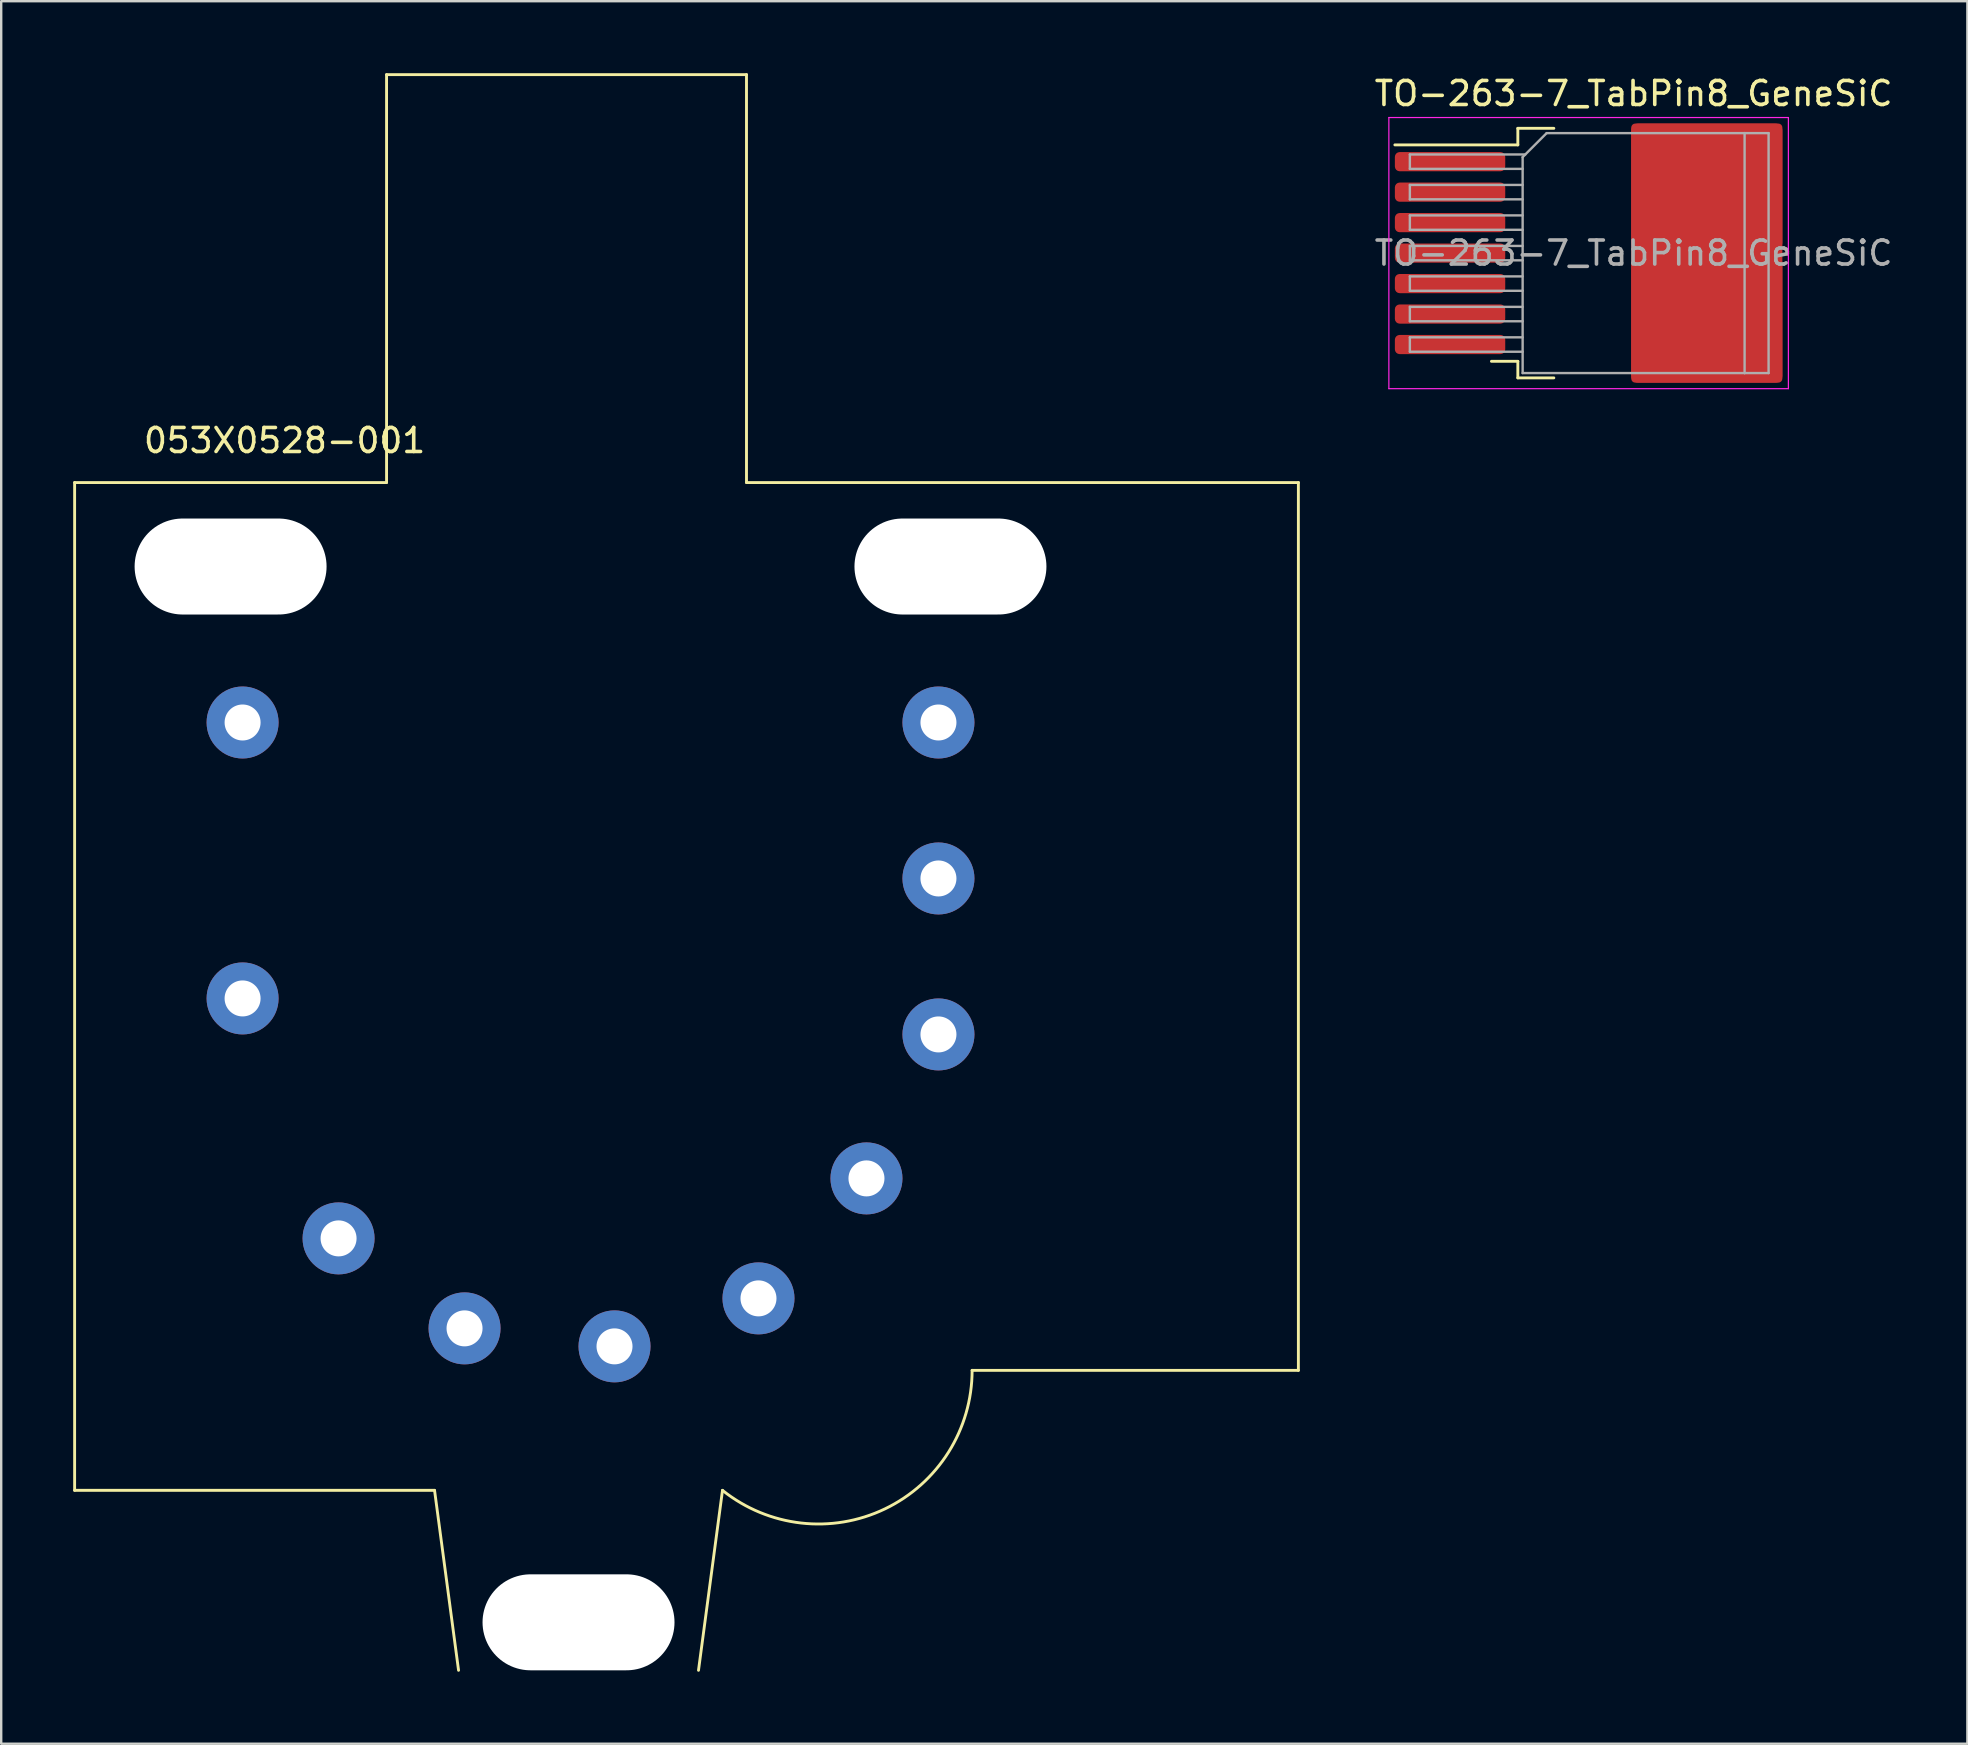
<source format=kicad_pcb>
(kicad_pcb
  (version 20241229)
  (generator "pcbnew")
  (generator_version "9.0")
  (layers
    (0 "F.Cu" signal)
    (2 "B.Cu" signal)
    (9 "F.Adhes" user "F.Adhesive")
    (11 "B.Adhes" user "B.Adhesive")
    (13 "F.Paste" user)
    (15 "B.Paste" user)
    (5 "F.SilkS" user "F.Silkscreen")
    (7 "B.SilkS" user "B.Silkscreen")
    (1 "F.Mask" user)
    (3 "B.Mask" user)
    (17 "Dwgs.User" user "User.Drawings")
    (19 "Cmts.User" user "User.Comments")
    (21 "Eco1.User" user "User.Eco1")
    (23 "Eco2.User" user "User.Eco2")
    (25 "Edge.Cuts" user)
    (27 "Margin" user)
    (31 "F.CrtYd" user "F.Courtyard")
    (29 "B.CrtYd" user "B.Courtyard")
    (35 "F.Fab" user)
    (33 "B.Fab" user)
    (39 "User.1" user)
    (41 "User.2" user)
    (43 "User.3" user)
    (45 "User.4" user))
  (footprint "053X0528-001"
    (layer "F.Cu")
    (at 6.06 27.06)
    (property "Reference" "053X0528-001" (at 2.75 -11.75 0) (layer "F.SilkS") (effects (font (size 1 1) (thickness 0.15))))
    (attr through_hole)
    (fp_line (start -6 -10) (end 7 -10) (stroke (width 0.12) (type solid)) (layer "F.SilkS"))
    (fp_line (start -6 32) (end -6 -10) (stroke (width 0.12) (type solid)) (layer "F.SilkS"))
    (fp_line (start 7 -27) (end 22 -27) (stroke (width 0.12) (type solid)) (layer "F.SilkS"))
    (fp_line (start 7 -10) (end 7 -27) (stroke (width 0.12) (type solid)) (layer "F.SilkS"))
    (fp_line (start 9 32) (end -6 32) (stroke (width 0.12) (type solid)) (layer "F.SilkS"))
    (fp_line (start 10 39.5) (end 9 32) (stroke (width 0.12) (type solid)) (layer "F.SilkS"))
    (fp_line (start 20 39.5) (end 21 32) (stroke (width 0.12) (type solid)) (layer "F.SilkS"))
    (fp_line (start 22 -27) (end 22 -10) (stroke (width 0.12) (type solid)) (layer "F.SilkS"))
    (fp_line (start 22 -10) (end 45 -10) (stroke (width 0.12) (type solid)) (layer "F.SilkS"))
    (fp_line (start 45 -10) (end 45 27) (stroke (width 0.12) (type solid)) (layer "F.SilkS"))
    (fp_line (start 45 27) (end 31.403 27) (stroke (width 0.12) (type solid)) (layer "F.SilkS"))
    (fp_arc (start 31.403124 27) (mid 27.773761 32.771156) (end 21 32) (stroke (width 0.12) (type solid)) (layer "F.SilkS"))
    (pad "" np_thru_hole oval (at 0.5 -6.5) (size 8 4) (drill oval 8 4) (layers "*.Cu" "*.Mask"))
    (pad "" np_thru_hole oval (at 15 37.5) (size 8 4) (drill oval 8 4) (layers "*.Cu" "*.Mask"))
    (pad "" np_thru_hole oval (at 30.5 -6.5) (size 8 4) (drill oval 8 4) (layers "*.Cu" "*.Mask"))
    (pad "1" thru_hole circle (at 1 0) (size 3 3) (drill 1.5) (layers "*.Cu" "*.Mask"))
    (pad "2" thru_hole circle (at 1 11.5) (size 3 3) (drill 1.5) (layers "*.Cu" "*.Mask"))
    (pad "3" thru_hole circle (at 5 21.5) (size 3 3) (drill 1.5) (layers "*.Cu" "*.Mask"))
    (pad "4" thru_hole circle (at 10.25 25.25) (size 3 3) (drill 1.5) (layers "*.Cu" "*.Mask"))
    (pad "5" thru_hole circle (at 16.5 26) (size 3 3) (drill 1.5) (layers "*.Cu" "*.Mask"))
    (pad "6" thru_hole circle (at 22.5 24) (size 3 3) (drill 1.5) (layers "*.Cu" "*.Mask"))
    (pad "7" thru_hole circle (at 27 19) (size 3 3) (drill 1.5) (layers "*.Cu" "*.Mask"))
    (pad "8" thru_hole circle (at 30 13) (size 3 3) (drill 1.5) (layers "*.Cu" "*.Mask"))
    (pad "9" thru_hole circle (at 30 6.5) (size 3 3) (drill 1.5) (layers "*.Cu" "*.Mask"))
    (pad "10" thru_hole circle (at 30 0) (size 3 3) (drill 1.5) (layers "*.Cu" "*.Mask")))
  (footprint "TO-263-7_TabPin8_GeneSiC"
    (layer "F.Cu")
    (at 65.031 7.498)
    (property "Reference" "TO-263-7_TabPin8_GeneSiC" (at 0 -6.65 0) (layer "F.SilkS") (effects (font (size 1 1) (thickness 0.15))))
    (attr smd)
    (fp_line (start -4.825 -5.2) (end -4.825 -4.51) (stroke (width 0.12) (type solid)) (layer "F.SilkS"))
    (fp_line (start -4.825 -4.51) (end -9.95 -4.51) (stroke (width 0.12) (type solid)) (layer "F.SilkS"))
    (fp_line (start -4.825 4.51) (end -5.925 4.51) (stroke (width 0.12) (type solid)) (layer "F.SilkS"))
    (fp_line (start -4.825 5.2) (end -4.825 4.51) (stroke (width 0.12) (type solid)) (layer "F.SilkS"))
    (fp_line (start -3.325 -5.2) (end -4.825 -5.2) (stroke (width 0.12) (type solid)) (layer "F.SilkS"))
    (fp_line (start -3.325 5.2) (end -4.825 5.2) (stroke (width 0.12) (type solid)) (layer "F.SilkS"))
    (fp_line (start -10.2 -5.65) (end -10.2 5.65) (stroke (width 0.05) (type solid)) (layer "F.CrtYd"))
    (fp_line (start -10.2 5.65) (end 6.45 5.65) (stroke (width 0.05) (type solid)) (layer "F.CrtYd"))
    (fp_line (start 6.45 -5.65) (end -10.2 -5.65) (stroke (width 0.05) (type solid)) (layer "F.CrtYd"))
    (fp_line (start 6.45 5.65) (end 6.45 -5.65) (stroke (width 0.05) (type solid)) (layer "F.CrtYd"))
    (fp_line (start -9.325 -4.11) (end -9.325 -3.51) (stroke (width 0.1) (type solid)) (layer "F.Fab"))
    (fp_line (start -9.325 -3.51) (end -4.625 -3.51) (stroke (width 0.1) (type solid)) (layer "F.Fab"))
    (fp_line (start -9.325 -2.84) (end -9.325 -2.24) (stroke (width 0.1) (type solid)) (layer "F.Fab"))
    (fp_line (start -9.325 -2.24) (end -4.625 -2.24) (stroke (width 0.1) (type solid)) (layer "F.Fab"))
    (fp_line (start -9.325 -1.57) (end -9.325 -0.97) (stroke (width 0.1) (type solid)) (layer "F.Fab"))
    (fp_line (start -9.325 -0.97) (end -4.625 -0.97) (stroke (width 0.1) (type solid)) (layer "F.Fab"))
    (fp_line (start -9.325 -0.3) (end -9.325 0.3) (stroke (width 0.1) (type solid)) (layer "F.Fab"))
    (fp_line (start -9.325 0.3) (end -4.625 0.3) (stroke (width 0.1) (type solid)) (layer "F.Fab"))
    (fp_line (start -9.325 0.97) (end -9.325 1.57) (stroke (width 0.1) (type solid)) (layer "F.Fab"))
    (fp_line (start -9.325 1.57) (end -4.625 1.57) (stroke (width 0.1) (type solid)) (layer "F.Fab"))
    (fp_line (start -9.325 2.24) (end -9.325 2.84) (stroke (width 0.1) (type solid)) (layer "F.Fab"))
    (fp_line (start -9.325 2.84) (end -4.625 2.84) (stroke (width 0.1) (type solid)) (layer "F.Fab"))
    (fp_line (start -9.325 3.51) (end -9.325 4.11) (stroke (width 0.1) (type solid)) (layer "F.Fab"))
    (fp_line (start -9.325 4.11) (end -4.625 4.11) (stroke (width 0.1) (type solid)) (layer "F.Fab"))
    (fp_line (start -4.625 -4) (end -3.625 -5) (stroke (width 0.1) (type solid)) (layer "F.Fab"))
    (fp_line (start -4.625 -2.84) (end -9.325 -2.84) (stroke (width 0.1) (type solid)) (layer "F.Fab"))
    (fp_line (start -4.625 -1.57) (end -9.325 -1.57) (stroke (width 0.1) (type solid)) (layer "F.Fab"))
    (fp_line (start -4.625 -0.3) (end -9.325 -0.3) (stroke (width 0.1) (type solid)) (layer "F.Fab"))
    (fp_line (start -4.625 0.97) (end -9.325 0.97) (stroke (width 0.1) (type solid)) (layer "F.Fab"))
    (fp_line (start -4.625 2.24) (end -9.325 2.24) (stroke (width 0.1) (type solid)) (layer "F.Fab"))
    (fp_line (start -4.625 3.51) (end -9.325 3.51) (stroke (width 0.1) (type solid)) (layer "F.Fab"))
    (fp_line (start -4.625 5) (end -4.625 -4) (stroke (width 0.1) (type solid)) (layer "F.Fab"))
    (fp_line (start -4.515 -4.11) (end -9.325 -4.11) (stroke (width 0.1) (type solid)) (layer "F.Fab"))
    (fp_line (start -3.625 -5) (end 4.625 -5) (stroke (width 0.1) (type solid)) (layer "F.Fab"))
    (fp_line (start 4.625 -5) (end 4.625 5) (stroke (width 0.1) (type solid)) (layer "F.Fab"))
    (fp_line (start 4.625 -5) (end 5.625 -5) (stroke (width 0.1) (type solid)) (layer "F.Fab"))
    (fp_line (start 4.625 5) (end -4.625 5) (stroke (width 0.1) (type solid)) (layer "F.Fab"))
    (fp_line (start 5.625 -5) (end 5.625 5) (stroke (width 0.1) (type solid)) (layer "F.Fab"))
    (fp_line (start 5.625 5) (end 4.625 5) (stroke (width 0.1) (type solid)) (layer "F.Fab"))
    (fp_text user "${REFERENCE}" (at 0 0 0) (layer "F.Fab") (effects (font (size 1 1) (thickness 0.15))))
    (pad "1" smd roundrect (at -7.65 -3.81) (size 4.6 0.8) (layers "F.Cu" "F.Mask" "F.Paste") (roundrect_rratio 0.25))
    (pad "2" smd roundrect (at -7.65 -2.54) (size 4.6 0.8) (layers "F.Cu" "F.Mask" "F.Paste") (roundrect_rratio 0.25))
    (pad "3" smd roundrect (at -7.65 -1.27) (size 4.6 0.8) (layers "F.Cu" "F.Mask" "F.Paste") (roundrect_rratio 0.25))
    (pad "4" smd roundrect (at -7.65 0) (size 4.6 0.8) (layers "F.Cu" "F.Mask" "F.Paste") (roundrect_rratio 0.25))
    (pad "5" smd roundrect (at -7.65 1.27) (size 4.6 0.8) (layers "F.Cu" "F.Mask" "F.Paste") (roundrect_rratio 0.25))
    (pad "6" smd roundrect (at -7.65 2.54) (size 4.6 0.8) (layers "F.Cu" "F.Mask" "F.Paste") (roundrect_rratio 0.25))
    (pad "7" smd roundrect (at -7.65 3.81) (size 4.6 0.8) (layers "F.Cu" "F.Mask" "F.Paste") (roundrect_rratio 0.25))
    (pad "8" smd roundrect (at 3.05 -2.775) (size 6.3 5.25) (layers "F.Cu" "F.Paste") (roundrect_rratio 0.055))
    (pad "8" smd roundrect (at 3.05 0) (size 6.3 10.8) (layers "F.Cu" "F.Mask") (roundrect_rratio 0.027))
    (pad "8" smd roundrect (at 3.05 2.775) (size 6.3 5.25) (layers "F.Cu" "F.Paste") (roundrect_rratio 0.055)))
  (gr_rect
    (start -3 -3)
    (end 78.941 69.62)
    (stroke (width 0.1) (type default))
    (fill no)
    (layer "Edge.Cuts")))
</source>
